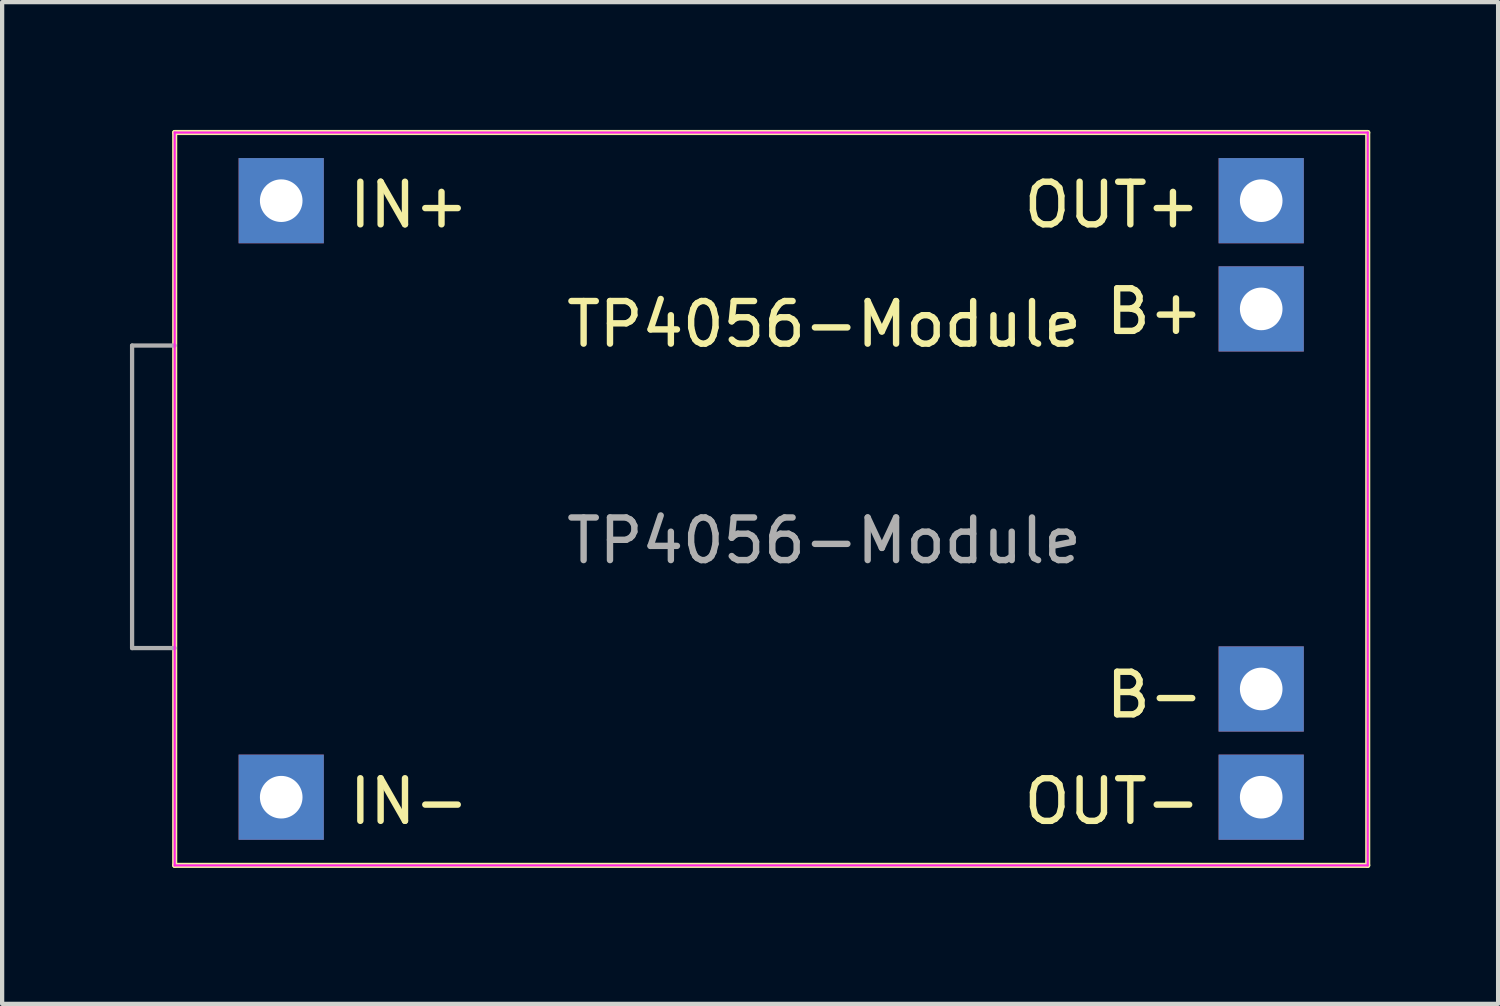
<source format=kicad_pcb>
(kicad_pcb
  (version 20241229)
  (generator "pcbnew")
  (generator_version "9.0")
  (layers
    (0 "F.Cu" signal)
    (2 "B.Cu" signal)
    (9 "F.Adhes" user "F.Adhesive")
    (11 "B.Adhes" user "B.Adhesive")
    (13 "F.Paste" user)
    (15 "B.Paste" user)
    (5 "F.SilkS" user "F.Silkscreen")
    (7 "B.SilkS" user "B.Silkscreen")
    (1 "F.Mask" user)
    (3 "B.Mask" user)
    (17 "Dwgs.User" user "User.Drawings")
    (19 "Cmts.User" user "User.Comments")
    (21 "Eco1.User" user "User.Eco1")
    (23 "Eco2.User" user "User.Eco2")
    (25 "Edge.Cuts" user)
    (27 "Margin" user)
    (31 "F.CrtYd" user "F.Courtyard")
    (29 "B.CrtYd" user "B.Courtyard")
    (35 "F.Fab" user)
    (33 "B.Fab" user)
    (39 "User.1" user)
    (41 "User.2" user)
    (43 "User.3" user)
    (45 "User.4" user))
  (footprint "TP4056-Module"
    (layer "F.Cu")
    (at 1.05 17.26)
    (property "Reference" "TP4056-Module" (at 15.24 -12.7 0) (unlocked yes) (layer "F.SilkS") (effects (font (size 1 1) (thickness 0.15))))
    (attr smd)
    (fp_line (start 0 -17.2) (end 0 0) (stroke (width 0.12) (type solid)) (layer "F.SilkS"))
    (fp_line (start 0 -17.2) (end 28 -17.2) (stroke (width 0.12) (type solid)) (layer "F.SilkS"))
    (fp_line (start 0 0) (end 28 0) (stroke (width 0.12) (type solid)) (layer "F.SilkS"))
    (fp_line (start 28 -17.2) (end 28 0) (stroke (width 0.12) (type solid)) (layer "F.SilkS"))
    (fp_line (start 0 -17.2) (end 28 -17.2) (stroke (width 0.05) (type solid)) (layer "F.CrtYd"))
    (fp_line (start 0 0) (end 0 -17.2) (stroke (width 0.05) (type solid)) (layer "F.CrtYd"))
    (fp_line (start 28 -17.2) (end 28 0) (stroke (width 0.05) (type solid)) (layer "F.CrtYd"))
    (fp_line (start 28 0) (end 0 0) (stroke (width 0.05) (type solid)) (layer "F.CrtYd"))
    (fp_line (start -1 -12.2) (end -1 -5.1) (stroke (width 0.1) (type solid)) (layer "F.Fab"))
    (fp_line (start -1 -5.1) (end 0 -5.1) (stroke (width 0.1) (type solid)) (layer "F.Fab"))
    (fp_line (start 0 -12.2) (end -1 -12.2) (stroke (width 0.1) (type solid)) (layer "F.Fab"))
    (fp_text user "B-" (at 23 -4 0) (unlocked yes) (layer "F.SilkS") (effects (font (size 1 1) (thickness 0.15))))
    (fp_text user "IN+" (at 5.5 -15.5 0) (unlocked yes) (layer "F.SilkS") (effects (font (size 1 1) (thickness 0.15))))
    (fp_text user "OUT+" (at 22 -15.5 0) (unlocked yes) (layer "F.SilkS") (effects (font (size 1 1) (thickness 0.15))))
    (fp_text user "OUT-" (at 22 -1.5 0) (unlocked yes) (layer "F.SilkS") (effects (font (size 1 1) (thickness 0.15))))
    (fp_text user "B+" (at 23 -13 0) (unlocked yes) (layer "F.SilkS") (effects (font (size 1 1) (thickness 0.15))))
    (fp_text user "IN-" (at 5.5 -1.5 0) (unlocked yes) (layer "F.SilkS") (effects (font (size 1 1) (thickness 0.15))))
    (fp_text user "${REFERENCE}" (at 15.24 -7.62 0) (unlocked yes) (layer "F.Fab") (effects (font (size 1 1) (thickness 0.15))))
    (pad "1" thru_hole rect (at 2.5 -15.6) (size 2 2) (drill 1) (layers "*.Cu" "*.Mask"))
    (pad "2" thru_hole rect (at 2.5 -1.6) (size 2 2) (drill 1) (layers "*.Cu" "*.Mask"))
    (pad "3" thru_hole rect (at 25.5 -13.06) (size 2 2) (drill 1) (layers "*.Cu" "*.Mask"))
    (pad "4" thru_hole rect (at 25.5 -4.14) (size 2 2) (drill 1) (layers "*.Cu" "*.Mask"))
    (pad "5" thru_hole rect (at 25.5 -15.6 90) (size 2 2) (drill 1) (layers "*.Cu" "*.Mask"))
    (pad "6" thru_hole rect (at 25.5 -1.6) (size 2 2) (drill 1) (layers "*.Cu" "*.Mask")))
  (gr_rect
    (start -3 -3)
    (end 32.11 20.51)
    (stroke (width 0.1) (type default))
    (fill no)
    (layer "Edge.Cuts")))
</source>
